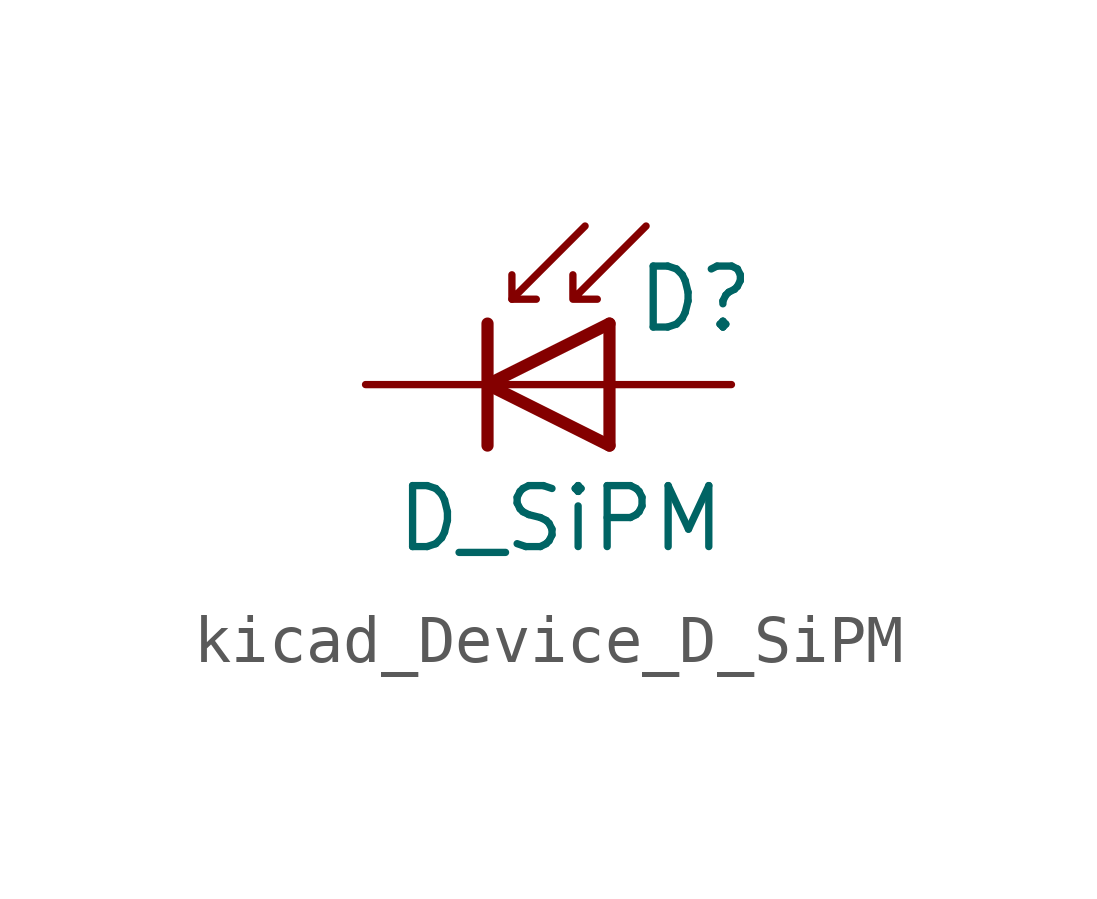
<source format=kicad_sym>
(kicad_symbol_lib
  (version 20220914)
  (generator kicad_symbol_editor)
  (symbol "kicad_Device_D_SiPM"
    (pin_numbers hide)
    (pin_names hide)
    (property "Reference" "D"
      (at 1.778 1.778 0)
      (effects (font (size 1.27 1.27)) (justify left)))
    (property "Value" "D_SiPM"
      (at 0.254 -2.794 0)
      (effects (font (size 1.27 1.27))))
    (symbol "kicad_Device_D_SiPM_0_1"
      (polyline (pts (xy -1.27 0) (xy 1.27 0)) (stroke (width 0) (type default)) (fill (type none)))
      (polyline (pts (xy -1.27 1.27) (xy -1.27 -1.27)) (stroke (width 0.254) (type default)) (fill (type none)))
      (polyline (pts (xy -0.762 1.778) (xy -0.254 1.778)) (stroke (width 0) (type default)) (fill (type none)))
      (polyline (pts (xy 1.27 1.27) (xy 1.27 -1.27)) (stroke (width 0.254) (type default)) (fill (type none)))
      (polyline (pts (xy 0.762 3.302) (xy -0.762 1.778) (xy -0.762 2.286)) (stroke (width 0) (type default)) (fill (type none)))
      (polyline (pts (xy 1.27 1.27) (xy -1.27 0) (xy 1.27 -1.27)) (stroke (width 0.254) (type default)) (fill (type none)))
      (polyline (pts (xy 2.032 3.302) (xy 0.508 1.778) (xy 0.508 2.286) (xy 0.508 1.778) (xy 1.016 1.778)) (stroke (width 0) (type default)) (fill (type none))))
    (symbol "kicad_Device_D_SiPM_1_1"
      (pin passive line (at -3.81 0 0) (length 2.54) (name "K" (effects (font (size 1.27 1.27)))) (number "1" (effects (font (size 1.27 1.27)))))
      (pin passive line (at 3.81 0 180) (length 2.54) (name "A" (effects (font (size 1.27 1.27)))) (number "2" (effects (font (size 1.27 1.27))))))))
</source>
